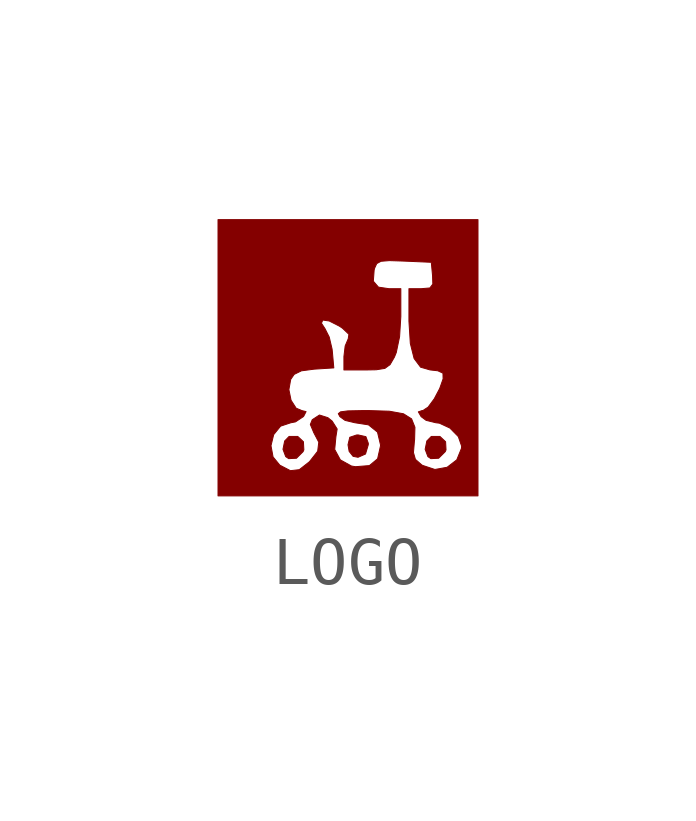
<source format=kicad_sym>
(kicad_symbol_lib
  (version 20220914)
  (generator "bitmap2component")
  (generator_version "9.0")
  (symbol "LOGO"
    (pin_names
      (offset 1.016))
    (property "Reference" "#G"
      (at 0 2.286 0)
      (effects (font (size 1.27 1.27)) hide))
    (symbol "LOGO_0_0"
      (polyline (pts (xy 2.709 0.042) (xy 2.709 2.921) (xy 0 2.921) (xy -2.709 2.921) (xy -2.709 0.042) (xy -2.709 -1.791) (xy -1.605 -1.791) (xy -1.549 -1.56) (xy -1.405 -1.383) (xy -1.19 -1.312) (xy -1.095 -1.294) (xy -0.931 -1.185) (xy -0.921 -1.172) (xy -0.874 -1.08) (xy -0.965 -1.058) (xy -1.081 -1.008) (xy -1.187 -0.843) (xy -1.232 -0.622) (xy -1.194 -0.409) (xy -1.122 -0.304) (xy -0.971 -0.23) (xy -0.703 -0.195) (xy -0.296 -0.169) (xy -0.326 0.169) (xy -0.332 0.224) (xy -0.391 0.474) (xy -0.479 0.648) (xy -0.554 0.763) (xy -0.525 0.828) (xy -0.392 0.809) (xy -0.181 0.702) (xy -0.115 0.658) (xy 0.019 0.531) (xy 0.005 0.437) (xy 0.003 0.434) (xy -0.059 0.288) (xy -0.085 0.068) (xy -0.085 -0.212) (xy 0.375 -0.212) (xy 0.588 -0.208) (xy 0.769 -0.179) (xy 0.877 -0.1) (xy 0.967 0.055) (xy 1.006 0.15) (xy 1.075 0.481) (xy 1.101 0.902) (xy 1.101 1.482) (xy 0.852 1.482) (xy 0.635 1.514) (xy 0.528 1.638) (xy 0.545 1.871) (xy 0.555 1.909) (xy 0.599 2.005) (xy 0.688 2.053) (xy 0.863 2.067) (xy 1.167 2.057) (xy 1.736 2.032) (xy 1.762 1.757) (xy 1.768 1.578) (xy 1.706 1.497) (xy 1.529 1.482) (xy 1.27 1.482) (xy 1.27 0.864) (xy 1.27 0.804) (xy 1.299 0.34) (xy 1.378 0.026) (xy 1.513 -0.154) (xy 1.71 -0.211) (xy 1.872 -0.229) (xy 1.979 -0.279) (xy 1.982 -0.398) (xy 1.911 -0.598) (xy 1.797 -0.814) (xy 1.669 -0.987) (xy 1.56 -1.058) (xy 1.545 -1.058) (xy 1.466 -1.085) (xy 1.524 -1.185) (xy 1.628 -1.262) (xy 1.831 -1.312) (xy 1.905 -1.321) (xy 2.124 -1.423) (xy 2.299 -1.601) (xy 2.368 -1.799) (xy 2.365 -1.845) (xy 2.267 -2.085) (xy 2.066 -2.24) (xy 1.811 -2.286) (xy 1.552 -2.2) (xy 1.53 -2.185) (xy 1.405 -2.075) (xy 1.364 -1.934) (xy 1.384 -1.695) (xy 1.388 -1.664) (xy 1.395 -1.406) (xy 1.325 -1.231) (xy 1.156 -1.125) (xy 0.864 -1.072) (xy 0.427 -1.058) (xy 0.281 -1.059) (xy -0.004 -1.065) (xy -0.156 -1.085) (xy -0.202 -1.123) (xy -0.169 -1.185) (xy -0.061 -1.263) (xy 0.143 -1.312) (xy 0.427 -1.356) (xy 0.615 -1.508) (xy 0.677 -1.771) (xy 0.677 -1.796) (xy 0.617 -2.063) (xy 0.446 -2.205) (xy 0.156 -2.228) (xy 0.072 -2.214) (xy -0.159 -2.086) (xy -0.277 -1.869) (xy -0.252 -1.604) (xy -0.226 -1.442) (xy -0.33 -1.278) (xy -0.42 -1.206) (xy -0.595 -1.151) (xy -0.745 -1.249) (xy -0.785 -1.348) (xy -0.713 -1.519) (xy -0.609 -1.717) (xy -0.632 -1.906) (xy -0.8 -2.12) (xy -0.807 -2.127) (xy -1.015 -2.29) (xy -1.2 -2.311) (xy -1.421 -2.196) (xy -1.562 -2.024) (xy -1.605 -1.791) (xy -2.709 -1.791) (xy -2.709 -2.836) (xy 0 -2.836) (xy 2.709 -2.836) (xy 2.709 0.042)) (stroke (width 0.01) (type default)) (fill (type outline)))
      (polyline (pts (xy -1.074 -2.052) (xy -0.936 -1.914) (xy -0.92 -1.877) (xy -0.929 -1.708) (xy -1.048 -1.597) (xy -1.227 -1.597) (xy -1.32 -1.692) (xy -1.355 -1.866) (xy -1.298 -2.018) (xy -1.236 -2.06) (xy -1.074 -2.052)) (stroke (width 0.01) (type default)) (fill (type outline)))
      (polyline (pts (xy 0.365 -1.964) (xy 0.423 -1.769) (xy 0.423 -1.739) (xy 0.373 -1.602) (xy 0.212 -1.566) (xy 0.179 -1.567) (xy 0.037 -1.615) (xy 0 -1.771) (xy 0.024 -1.909) (xy 0.106 -2.012) (xy 0.209 -2.032) (xy 0.365 -1.964)) (stroke (width 0.01) (type default)) (fill (type outline)))
      (polyline (pts (xy 1.889 -2.052) (xy 2.027 -1.914) (xy 2.043 -1.877) (xy 2.034 -1.708) (xy 1.915 -1.597) (xy 1.737 -1.597) (xy 1.643 -1.692) (xy 1.608 -1.866) (xy 1.665 -2.018) (xy 1.727 -2.06) (xy 1.889 -2.052)) (stroke (width 0.01) (type default)) (fill (type outline))))))
</source>
